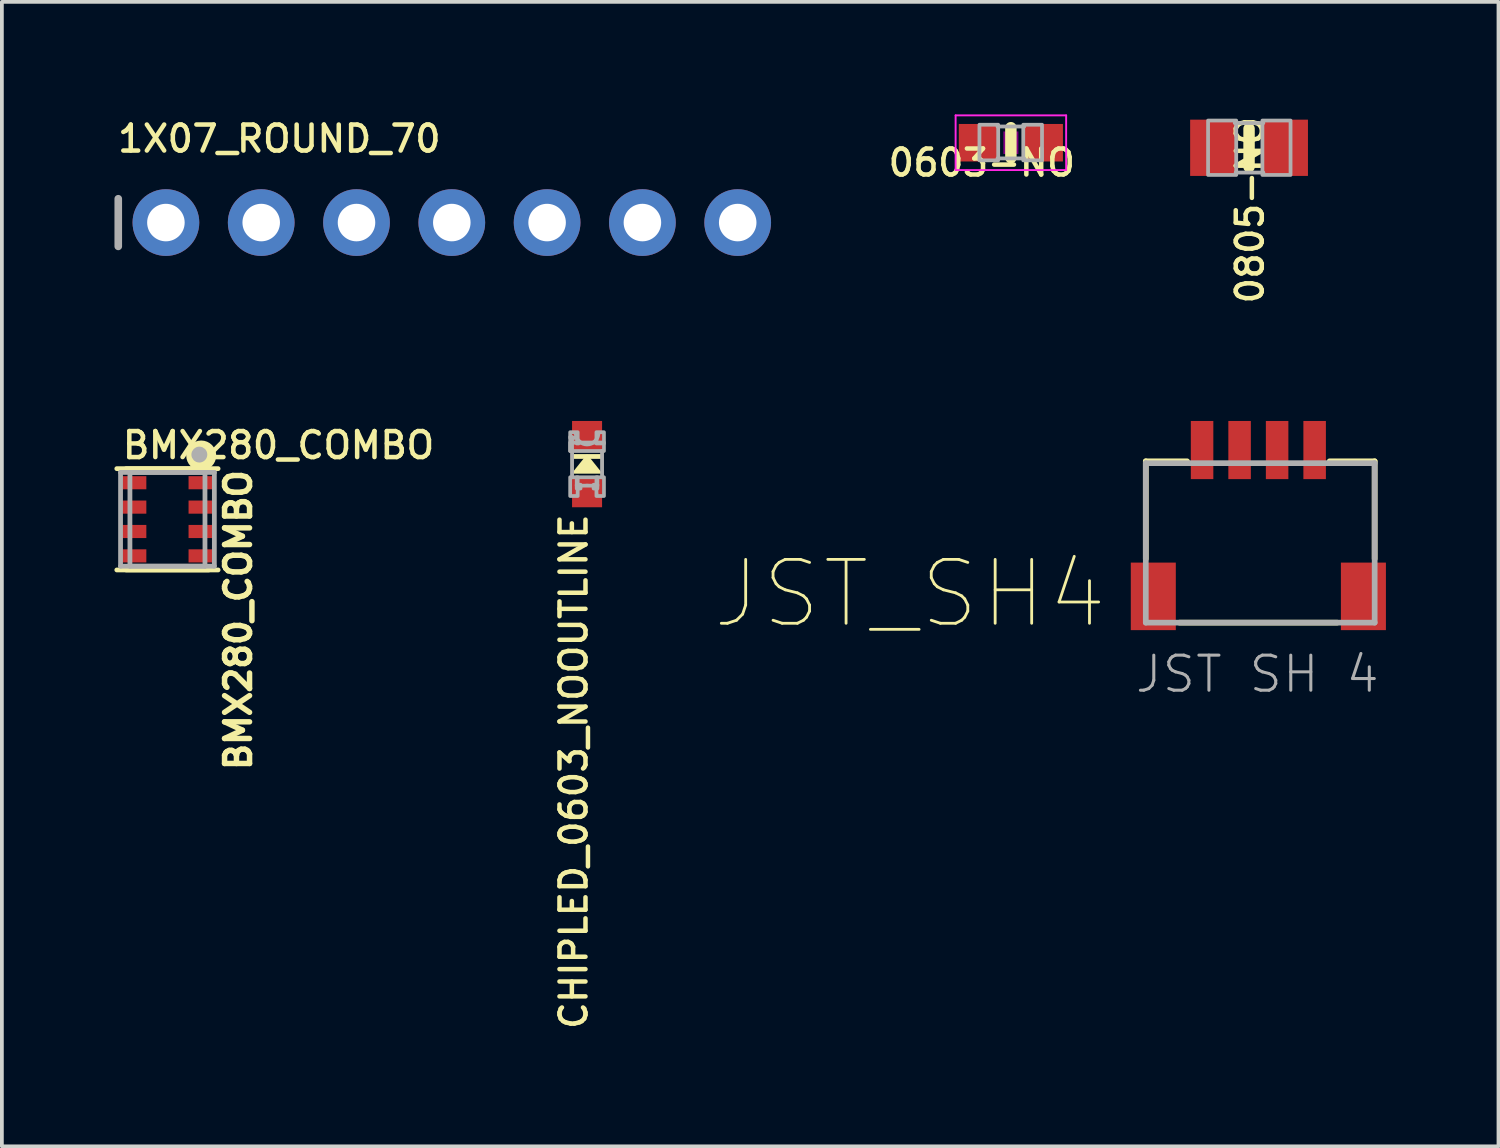
<source format=kicad_pcb>
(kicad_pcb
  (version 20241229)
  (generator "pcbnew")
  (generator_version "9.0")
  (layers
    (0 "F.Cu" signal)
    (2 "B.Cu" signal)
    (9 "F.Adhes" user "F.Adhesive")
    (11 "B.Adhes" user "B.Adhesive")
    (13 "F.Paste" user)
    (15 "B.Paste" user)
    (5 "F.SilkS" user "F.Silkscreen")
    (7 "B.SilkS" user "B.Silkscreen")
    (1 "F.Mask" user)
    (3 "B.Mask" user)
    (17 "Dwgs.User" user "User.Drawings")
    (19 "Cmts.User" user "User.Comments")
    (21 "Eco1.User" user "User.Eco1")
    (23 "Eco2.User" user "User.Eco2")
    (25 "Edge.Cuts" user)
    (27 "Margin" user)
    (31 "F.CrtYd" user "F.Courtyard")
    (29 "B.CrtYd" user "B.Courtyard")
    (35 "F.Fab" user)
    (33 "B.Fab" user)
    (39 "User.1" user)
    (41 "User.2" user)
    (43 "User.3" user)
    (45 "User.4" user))
  (footprint "0805-NO"
    (layer "F.Cu")
    (at 30.241 0.889)
    (property "Reference" "0805-NO" (at -0.381 -0.889 90) (layer "F.SilkS") (effects (font (size 0.693 0.693) (thickness 0.12)) (justify right top)))
    (fp_line (start 0 -0.508) (end 0 0.508) (stroke (width 0.305) (type solid)) (layer "F.SilkS"))
    (fp_line (start -0.381 -0.66) (end 0.381 -0.66) (stroke (width 0.102) (type solid)) (layer "F.Fab"))
    (fp_line (start -0.356 0.66) (end 0.381 0.66) (stroke (width 0.102) (type solid)) (layer "F.Fab"))
    (fp_poly (pts (xy -1.092 0.724) (xy -0.342 0.724) (xy -0.342 -0.726) (xy -1.092 -0.726)) (stroke (width 0.1) (type default)) (fill no) (layer "F.Fab"))
    (fp_poly (pts (xy 0.356 0.724) (xy 1.106 0.724) (xy 1.106 -0.726) (xy 0.356 -0.726)) (stroke (width 0.1) (type default)) (fill no) (layer "F.Fab"))
    (pad "1" smd rect (at -0.95 0) (size 1.24 1.5) (layers "F.Cu" "F.Mask" "F.Paste"))
    (pad "2" smd rect (at 0.95 0) (size 1.24 1.5) (layers "F.Cu" "F.Mask" "F.Paste")))
  (footprint "CHIPLED_0603_NOOUTLINE"
    (layer "F.Cu")
    (at 12.597 9.32)
    (property "Reference" "CHIPLED_0603_NOOUTLINE" (at -0.762 1.27 270) (layer "F.SilkS") (effects (font (size 0.693 0.693) (thickness 0.12)) (justify right top)))
    (fp_poly (pts (xy 0.413 0.254) (xy -0.413 0.254) (xy 0 -0.262)) (stroke (width 0) (type default)) (fill yes) (layer "F.SilkS"))
    (fp_poly (pts (xy -0.381 -0.14) (xy 0.381 -0.14) (xy 0.381 -0.267) (xy -0.381 -0.267)) (stroke (width 0) (type default)) (fill yes) (layer "F.SilkS"))
    (fp_line (start -0.4 -0.375) (end -0.4 0.35) (stroke (width 0.102) (type solid)) (layer "F.Fab"))
    (fp_line (start 0.4 -0.35) (end 0.4 0.35) (stroke (width 0.102) (type solid)) (layer "F.Fab"))
    (fp_arc (start -0.275 0.825) (mid 0 0.55) (end 0.275 0.825) (stroke (width 0.0508) (type solid)) (layer "F.Fab"))
    (fp_arc (start 0.3 -0.799998) (mid -0.000001 -0.524967) (end -0.3 -0.8) (stroke (width 0.1016) (type solid)) (layer "F.Fab"))
    (fp_circle (center -0.35 -0.625) (end -0.275 -0.625) (stroke (width 0.051) (type solid)) (fill no) (layer "F.Fab"))
    (fp_poly (pts (xy -0.45 -0.7) (xy -0.25 -0.7) (xy -0.25 -0.85) (xy -0.45 -0.85)) (stroke (width 0.1) (type default)) (fill no) (layer "F.Fab"))
    (fp_poly (pts (xy -0.45 -0.35) (xy -0.4 -0.35) (xy -0.4 -0.725) (xy -0.45 -0.725)) (stroke (width 0.1) (type default)) (fill no) (layer "F.Fab"))
    (fp_poly (pts (xy -0.45 -0.35) (xy 0.45 -0.35) (xy 0.45 -0.575) (xy -0.45 -0.575)) (stroke (width 0.1) (type default)) (fill no) (layer "F.Fab"))
    (fp_poly (pts (xy -0.45 0.85) (xy -0.25 0.85) (xy -0.25 0.35) (xy -0.45 0.35)) (stroke (width 0.1) (type default)) (fill no) (layer "F.Fab"))
    (fp_poly (pts (xy -0.275 -0.55) (xy -0.225 -0.55) (xy -0.225 -0.6) (xy -0.275 -0.6)) (stroke (width 0.1) (type default)) (fill no) (layer "F.Fab"))
    (fp_poly (pts (xy -0.275 0.575) (xy 0.275 0.575) (xy 0.275 0.35) (xy -0.275 0.35)) (stroke (width 0.1) (type default)) (fill no) (layer "F.Fab"))
    (fp_poly (pts (xy -0.275 0.65) (xy -0.175 0.65) (xy -0.175 0.55) (xy -0.275 0.55)) (stroke (width 0.1) (type default)) (fill no) (layer "F.Fab"))
    (fp_poly (pts (xy 0.175 0.65) (xy 0.275 0.65) (xy 0.275 0.55) (xy 0.175 0.55)) (stroke (width 0.1) (type default)) (fill no) (layer "F.Fab"))
    (fp_poly (pts (xy 0.25 -0.55) (xy 0.45 -0.55) (xy 0.45 -0.85) (xy 0.25 -0.85)) (stroke (width 0.1) (type default)) (fill no) (layer "F.Fab"))
    (fp_poly (pts (xy 0.25 0.85) (xy 0.45 0.85) (xy 0.45 0.35) (xy 0.25 0.35)) (stroke (width 0.1) (type default)) (fill no) (layer "F.Fab"))
    (pad "A" smd rect (at 0 0.75) (size 0.8 0.8) (layers "F.Cu" "F.Mask" "F.Paste"))
    (pad "C" smd rect (at 0 -0.75) (size 0.8 0.8) (layers "F.Cu" "F.Mask" "F.Paste")))
  (footprint "BMX280_COMBO"
    (layer "F.Cu")
    (at 1.413 10.791)
    (property "Reference" "BMX280_COMBO" (at -1.26 -1.568 0) (layer "F.SilkS") (effects (font (size 0.693 0.693) (thickness 0.12)) (justify left bottom)))
    (property "Value" "" (at -1.24 1.91 0) (layer "F.Fab") (hide yes) (effects (font (size 0.37 0.37) (thickness 0.037)) (justify left bottom)))
    (fp_line (start -1.35 -1.35) (end 1.35 -1.35) (stroke (width 0.127) (type solid)) (layer "F.SilkS"))
    (fp_line (start -1.35 1.35) (end 1.35 1.35) (stroke (width 0.127) (type solid)) (layer "F.SilkS"))
    (fp_line (start -1.1 -1.35) (end 1.1 -1.35) (stroke (width 0.127) (type solid)) (layer "F.SilkS"))
    (fp_line (start 1.1 1.35) (end -1.1 1.35) (stroke (width 0.127) (type solid)) (layer "F.SilkS"))
    (fp_circle (center 0.9 -1.7) (end 1 -1.7) (stroke (width 0.3) (type solid)) (fill no) (layer "F.SilkS"))
    (fp_line (start -1.25 -1.25) (end 1.25 -1.25) (stroke (width 0.127) (type solid)) (layer "F.Fab"))
    (fp_line (start -1.25 1.25) (end -1.25 -1.25) (stroke (width 0.127) (type solid)) (layer "F.Fab"))
    (fp_line (start -1 -1.25) (end 1 -1.25) (stroke (width 0.127) (type solid)) (layer "F.Fab"))
    (fp_line (start -1 1.25) (end -1 -1.25) (stroke (width 0.127) (type solid)) (layer "F.Fab"))
    (fp_line (start 1 -1.25) (end 1 1.25) (stroke (width 0.127) (type solid)) (layer "F.Fab"))
    (fp_line (start 1 1.25) (end -1 1.25) (stroke (width 0.127) (type solid)) (layer "F.Fab"))
    (fp_line (start 1.25 -1.25) (end 1.25 1.25) (stroke (width 0.127) (type solid)) (layer "F.Fab"))
    (fp_line (start 1.25 1.25) (end -1.25 1.25) (stroke (width 0.127) (type solid)) (layer "F.Fab"))
    (fp_circle (center 0.85 -1.725) (end 0.956 -1.725) (stroke (width 0.212) (type solid)) (fill no) (layer "F.Fab"))
    (fp_text user "${REFERENCE}" (at 1.498 -1.39 90) (layer "F.SilkS") (effects (font (size 0.666 0.666) (thickness 0.146)) (justify right top)))
    (fp_text user "${VALUE}" (at -1.39 1.86 0) (layer "F.Fab") (effects (font (size 0.366 0.366) (thickness 0.041)) (justify left bottom)))
    (pad "1" smd rect (at 0.925 -0.975) (size 0.725 0.35) (layers "F.Cu" "F.Mask" "F.Paste"))
    (pad "2" smd rect (at 0.925 -0.325) (size 0.725 0.35) (layers "F.Cu" "F.Mask" "F.Paste"))
    (pad "3" smd rect (at 0.925 0.325) (size 0.725 0.35) (layers "F.Cu" "F.Mask" "F.Paste"))
    (pad "4" smd rect (at 0.925 0.975) (size 0.725 0.35) (layers "F.Cu" "F.Mask" "F.Paste"))
    (pad "5" smd rect (at -0.925 0.975) (size 0.725 0.35) (layers "F.Cu" "F.Mask" "F.Paste"))
    (pad "6" smd rect (at -0.925 0.325) (size 0.725 0.35) (layers "F.Cu" "F.Mask" "F.Paste"))
    (pad "7" smd rect (at -0.925 -0.325) (size 0.725 0.35) (layers "F.Cu" "F.Mask" "F.Paste"))
    (pad "8" smd rect (at -0.925 -0.975) (size 0.725 0.35) (layers "F.Cu" "F.Mask" "F.Paste")))
  (footprint "1X07_ROUND_70"
    (layer "F.Cu")
    (at 8.992 2.882)
    (property "Reference" "1X07_ROUND_70" (at -8.966 -1.829 0) (layer "F.SilkS") (effects (font (size 0.693 0.693) (thickness 0.12)) (justify left bottom)))
    (fp_line (start -8.89 -0.635) (end -8.89 0.635) (stroke (width 0.203) (type solid)) (layer "F.Fab"))
    (fp_poly (pts (xy -7.874 0.254) (xy -7.366 0.254) (xy -7.366 -0.254) (xy -7.874 -0.254)) (stroke (width 0.1) (type default)) (fill no) (layer "F.Fab"))
    (fp_poly (pts (xy -5.334 0.254) (xy -4.826 0.254) (xy -4.826 -0.254) (xy -5.334 -0.254)) (stroke (width 0.1) (type default)) (fill no) (layer "F.Fab"))
    (fp_poly (pts (xy -2.794 0.254) (xy -2.286 0.254) (xy -2.286 -0.254) (xy -2.794 -0.254)) (stroke (width 0.1) (type default)) (fill no) (layer "F.Fab"))
    (fp_poly (pts (xy -0.254 0.254) (xy 0.254 0.254) (xy 0.254 -0.254) (xy -0.254 -0.254)) (stroke (width 0.1) (type default)) (fill no) (layer "F.Fab"))
    (fp_poly (pts (xy 2.286 0.254) (xy 2.794 0.254) (xy 2.794 -0.254) (xy 2.286 -0.254)) (stroke (width 0.1) (type default)) (fill no) (layer "F.Fab"))
    (fp_poly (pts (xy 4.826 0.254) (xy 5.334 0.254) (xy 5.334 -0.254) (xy 4.826 -0.254)) (stroke (width 0.1) (type default)) (fill no) (layer "F.Fab"))
    (fp_poly (pts (xy 7.366 0.254) (xy 7.874 0.254) (xy 7.874 -0.254) (xy 7.366 -0.254)) (stroke (width 0.1) (type default)) (fill no) (layer "F.Fab"))
    (pad "1" thru_hole circle (at -7.62 0 90) (size 1.778 1.778) (drill 1) (layers "*.Cu" "*.Mask"))
    (pad "2" thru_hole circle (at -5.08 0 90) (size 1.778 1.778) (drill 1) (layers "*.Cu" "*.Mask"))
    (pad "3" thru_hole circle (at -2.54 0 90) (size 1.778 1.778) (drill 1) (layers "*.Cu" "*.Mask"))
    (pad "4" thru_hole circle (at 0 0 90) (size 1.778 1.778) (drill 1) (layers "*.Cu" "*.Mask"))
    (pad "5" thru_hole circle (at 2.54 0 90) (size 1.778 1.778) (drill 1) (layers "*.Cu" "*.Mask"))
    (pad "6" thru_hole circle (at 5.08 0 90) (size 1.778 1.778) (drill 1) (layers "*.Cu" "*.Mask"))
    (pad "7" thru_hole circle (at 7.62 0 90) (size 1.778 1.778) (drill 1) (layers "*.Cu" "*.Mask")))
  (footprint "JST_SH4"
    (layer "F.Cu")
    (at 30.489 11.459)
    (property "Reference" "JST_SH4" (at -3.965 0.323 180) (layer "F.SilkS") (effects (font (size 1.703 1.703) (thickness 0.075)) (justify right top)))
    (fp_line (start -3 -2.214) (end -1.9 -2.214) (stroke (width 0.152) (type solid)) (layer "F.SilkS"))
    (fp_line (start -3 0.386) (end -3 -2.214) (stroke (width 0.152) (type solid)) (layer "F.SilkS"))
    (fp_line (start -2.1 2.086) (end 2.1 2.086) (stroke (width 0.152) (type solid)) (layer "F.SilkS"))
    (fp_line (start 1.9 -2.214) (end 3.1 -2.214) (stroke (width 0.152) (type solid)) (layer "F.SilkS"))
    (fp_line (start 3.1 -2.214) (end 3.1 0.386) (stroke (width 0.152) (type solid)) (layer "F.SilkS"))
    (fp_line (start -3 -2.164) (end 3.1 -2.164) (stroke (width 0.152) (type solid)) (layer "F.Fab"))
    (fp_line (start -3 2.086) (end -3 -2.164) (stroke (width 0.152) (type solid)) (layer "F.Fab"))
    (fp_line (start 3.1 -2.164) (end 3.1 2.086) (stroke (width 0.152) (type solid)) (layer "F.Fab"))
    (fp_line (start 3.1 2.086) (end -3 2.086) (stroke (width 0.152) (type solid)) (layer "F.Fab"))
    (fp_text user "JST SH 4" (at -3.33 4.006 0) (layer "F.Fab") (effects (font (size 0.935 0.935) (thickness 0.081)) (justify left bottom)))
    (pad "1" smd rect (at -1.5 -2.514 90) (size 1.55 0.6) (layers "F.Cu" "F.Mask" "F.Paste"))
    (pad "2" smd rect (at -0.5 -2.514 90) (size 1.55 0.6) (layers "F.Cu" "F.Mask" "F.Paste"))
    (pad "3" smd rect (at 0.5 -2.514 90) (size 1.55 0.6) (layers "F.Cu" "F.Mask" "F.Paste"))
    (pad "4" smd rect (at 1.5 -2.514 90) (size 1.55 0.6) (layers "F.Cu" "F.Mask" "F.Paste"))
    (pad "MT1" smd rect (at -2.8 1.386 90) (size 1.8 1.2) (layers "F.Cu" "F.Mask" "F.Paste"))
    (pad "MT2" smd rect (at 2.8 1.386 90) (size 1.8 1.2) (layers "F.Cu" "F.Mask" "F.Paste")))
  (footprint "0603-NO"
    (layer "F.Cu")
    (at 23.893 0.754)
    (property "Reference" "0603-NO" (at 1.778 0.127 180) (layer "F.SilkS") (effects (font (size 0.693 0.693) (thickness 0.12)) (justify right top)))
    (fp_line (start 0 -0.4) (end 0 0.4) (stroke (width 0.305) (type solid)) (layer "F.SilkS"))
    (fp_poly (pts (xy -0.2 0.3) (xy 0.2 0.3) (xy 0.2 -0.3) (xy -0.2 -0.3)) (stroke (width 0) (type default)) (fill yes) (layer "F.Adhes"))
    (fp_line (start -1.473 -0.729) (end 1.473 -0.729) (stroke (width 0.051) (type solid)) (layer "F.CrtYd"))
    (fp_line (start -1.473 0.729) (end -1.473 -0.729) (stroke (width 0.051) (type solid)) (layer "F.CrtYd"))
    (fp_line (start 1.473 -0.729) (end 1.473 0.729) (stroke (width 0.051) (type solid)) (layer "F.CrtYd"))
    (fp_line (start 1.473 0.729) (end -1.473 0.729) (stroke (width 0.051) (type solid)) (layer "F.CrtYd"))
    (fp_line (start -0.356 -0.432) (end 0.356 -0.432) (stroke (width 0.102) (type solid)) (layer "F.Fab"))
    (fp_line (start -0.356 0.419) (end 0.356 0.419) (stroke (width 0.102) (type solid)) (layer "F.Fab"))
    (fp_poly (pts (xy -0.838 0.47) (xy -0.338 0.47) (xy -0.338 -0.48) (xy -0.838 -0.48)) (stroke (width 0.1) (type default)) (fill no) (layer "F.Fab"))
    (fp_poly (pts (xy 0.33 0.47) (xy 0.83 0.47) (xy 0.83 -0.48) (xy 0.33 -0.48)) (stroke (width 0.1) (type default)) (fill no) (layer "F.Fab"))
    (pad "1" smd rect (at -0.85 0) (size 1.075 1) (layers "F.Cu" "F.Mask" "F.Paste"))
    (pad "2" smd rect (at 0.85 0) (size 1.075 1) (layers "F.Cu" "F.Mask" "F.Paste")))
  (gr_rect
    (start -3 -3)
    (end 36.889 27.503)
    (stroke (width 0.1) (type default))
    (fill no)
    (layer "Edge.Cuts")))
</source>
